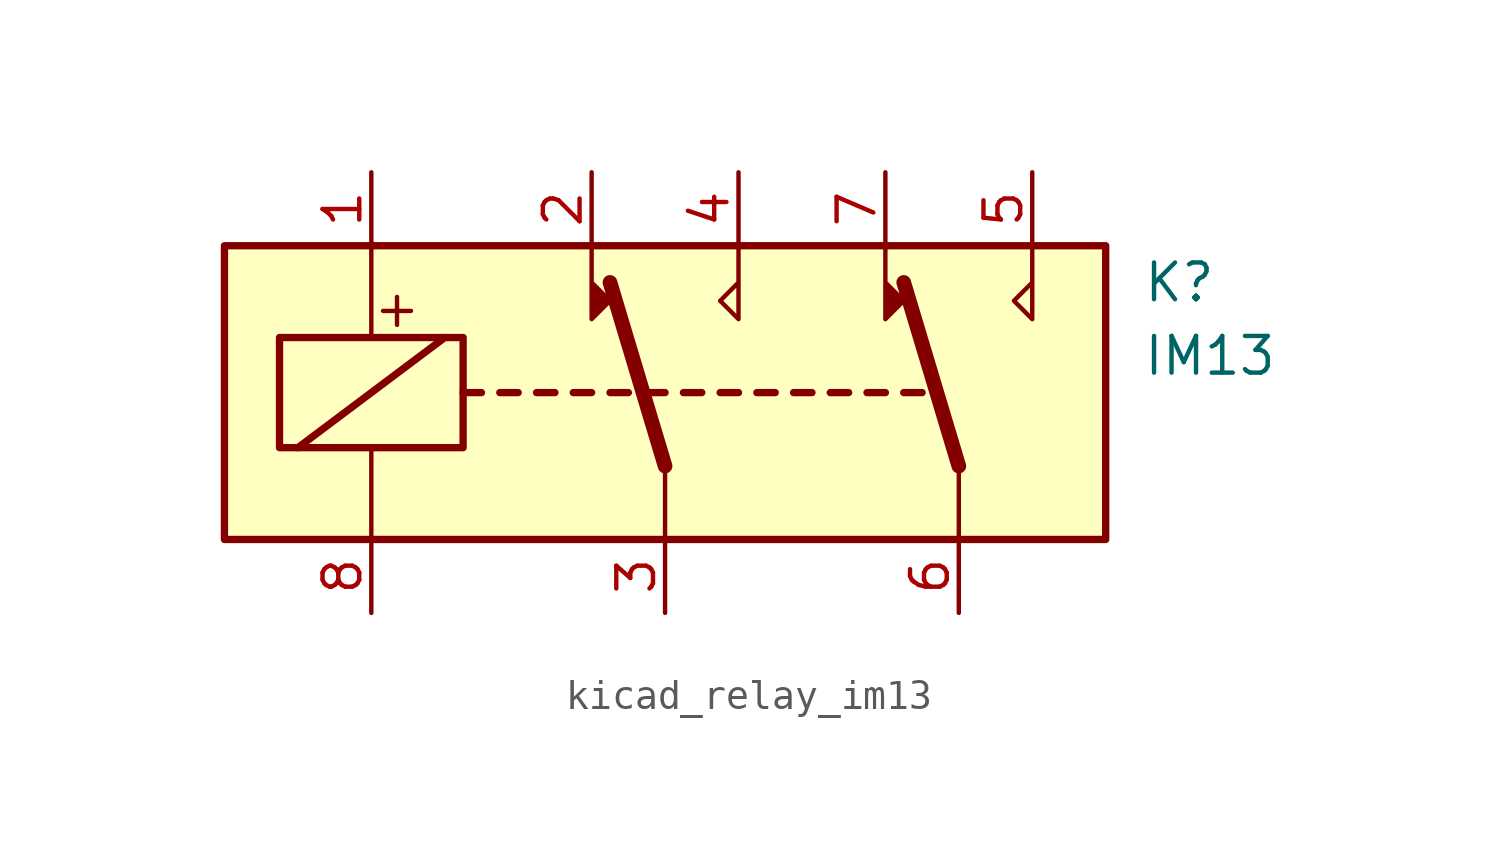
<source format=kicad_sym>
(kicad_symbol_lib
  (version 20220914)
  (generator kicad_symbol_editor)
  (symbol "kicad_relay_im13"
    (property "Reference" "K"
      (at 16.51 3.81 0)
      (effects (font (size 1.27 1.27)) (justify left)))
    (property "Value" "IM13"
      (at 16.51 1.27 0)
      (effects (font (size 1.27 1.27)) (justify left)))
    (symbol "kicad_relay_im13_0_0"
      (text "+" (at -9.271 2.921 0) (effects (font (size 1.27 1.27)))))
    (symbol "kicad_relay_im13_0_1"
      (rectangle (start -15.24 5.08) (end 15.24 -5.08) (stroke (width 0.254) (type default)) (fill (type background)))
      (rectangle (start -13.335 1.905) (end -6.985 -1.905) (stroke (width 0.254) (type default)) (fill (type none)))
      (polyline (pts (xy -12.7 -1.905) (xy -7.62 1.905)) (stroke (width 0.254) (type default)) (fill (type none)))
      (polyline (pts (xy -10.16 -5.08) (xy -10.16 -1.905)) (stroke (width 0) (type default)) (fill (type none)))
      (polyline (pts (xy -10.16 5.08) (xy -10.16 1.905)) (stroke (width 0) (type default)) (fill (type none)))
      (polyline (pts (xy -6.985 0) (xy -6.35 0)) (stroke (width 0.254) (type default)) (fill (type none)))
      (polyline (pts (xy -5.715 0) (xy -5.08 0)) (stroke (width 0.254) (type default)) (fill (type none)))
      (polyline (pts (xy -4.445 0) (xy -3.81 0)) (stroke (width 0.254) (type default)) (fill (type none)))
      (polyline (pts (xy -3.175 0) (xy -2.54 0)) (stroke (width 0.254) (type default)) (fill (type none)))
      (polyline (pts (xy -1.905 0) (xy -1.27 0)) (stroke (width 0.254) (type default)) (fill (type none)))
      (polyline (pts (xy -0.635 0) (xy 0 0)) (stroke (width 0.254) (type default)) (fill (type none)))
      (polyline (pts (xy 0 -2.54) (xy -1.905 3.81)) (stroke (width 0.508) (type default)) (fill (type none)))
      (polyline (pts (xy 0 -2.54) (xy 0 -5.08)) (stroke (width 0) (type default)) (fill (type none)))
      (polyline (pts (xy 0.635 0) (xy 1.27 0)) (stroke (width 0.254) (type default)) (fill (type none)))
      (polyline (pts (xy 1.905 0) (xy 2.54 0)) (stroke (width 0.254) (type default)) (fill (type none)))
      (polyline (pts (xy 3.175 0) (xy 3.81 0)) (stroke (width 0.254) (type default)) (fill (type none)))
      (polyline (pts (xy 4.445 0) (xy 5.08 0)) (stroke (width 0.254) (type default)) (fill (type none)))
      (polyline (pts (xy 5.715 0) (xy 6.35 0)) (stroke (width 0.254) (type default)) (fill (type none)))
      (polyline (pts (xy 6.985 0) (xy 7.62 0)) (stroke (width 0.254) (type default)) (fill (type none)))
      (polyline (pts (xy 8.255 0) (xy 8.89 0)) (stroke (width 0.254) (type default)) (fill (type none)))
      (polyline (pts (xy 10.16 -2.54) (xy 8.255 3.81)) (stroke (width 0.508) (type default)) (fill (type none)))
      (polyline (pts (xy 10.16 -2.54) (xy 10.16 -5.08)) (stroke (width 0) (type default)) (fill (type none)))
      (polyline (pts (xy -2.54 5.08) (xy -2.54 2.54) (xy -1.905 3.175) (xy -2.54 3.81)) (stroke (width 0) (type default)) (fill (type outline)))
      (polyline (pts (xy 2.54 5.08) (xy 2.54 2.54) (xy 1.905 3.175) (xy 2.54 3.81)) (stroke (width 0) (type default)) (fill (type none)))
      (polyline (pts (xy 7.62 5.08) (xy 7.62 2.54) (xy 8.255 3.175) (xy 7.62 3.81)) (stroke (width 0) (type default)) (fill (type outline)))
      (polyline (pts (xy 12.7 5.08) (xy 12.7 2.54) (xy 12.065 3.175) (xy 12.7 3.81)) (stroke (width 0) (type default)) (fill (type none))))
    (symbol "kicad_relay_im13_1_1"
      (pin passive line (at -10.16 7.62 270) (length 2.54) (name "~" (effects (font (size 1.27 1.27)))) (number "1" (effects (font (size 1.27 1.27)))))
      (pin passive line (at -2.54 7.62 270) (length 2.54) (name "~" (effects (font (size 1.27 1.27)))) (number "2" (effects (font (size 1.27 1.27)))))
      (pin passive line (at 0 -7.62 90) (length 2.54) (name "~" (effects (font (size 1.27 1.27)))) (number "3" (effects (font (size 1.27 1.27)))))
      (pin passive line (at 2.54 7.62 270) (length 2.54) (name "~" (effects (font (size 1.27 1.27)))) (number "4" (effects (font (size 1.27 1.27)))))
      (pin passive line (at 12.7 7.62 270) (length 2.54) (name "~" (effects (font (size 1.27 1.27)))) (number "5" (effects (font (size 1.27 1.27)))))
      (pin passive line (at 10.16 -7.62 90) (length 2.54) (name "~" (effects (font (size 1.27 1.27)))) (number "6" (effects (font (size 1.27 1.27)))))
      (pin passive line (at 7.62 7.62 270) (length 2.54) (name "~" (effects (font (size 1.27 1.27)))) (number "7" (effects (font (size 1.27 1.27)))))
      (pin passive line (at -10.16 -7.62 90) (length 2.54) (name "~" (effects (font (size 1.27 1.27)))) (number "8" (effects (font (size 1.27 1.27))))))))
</source>
